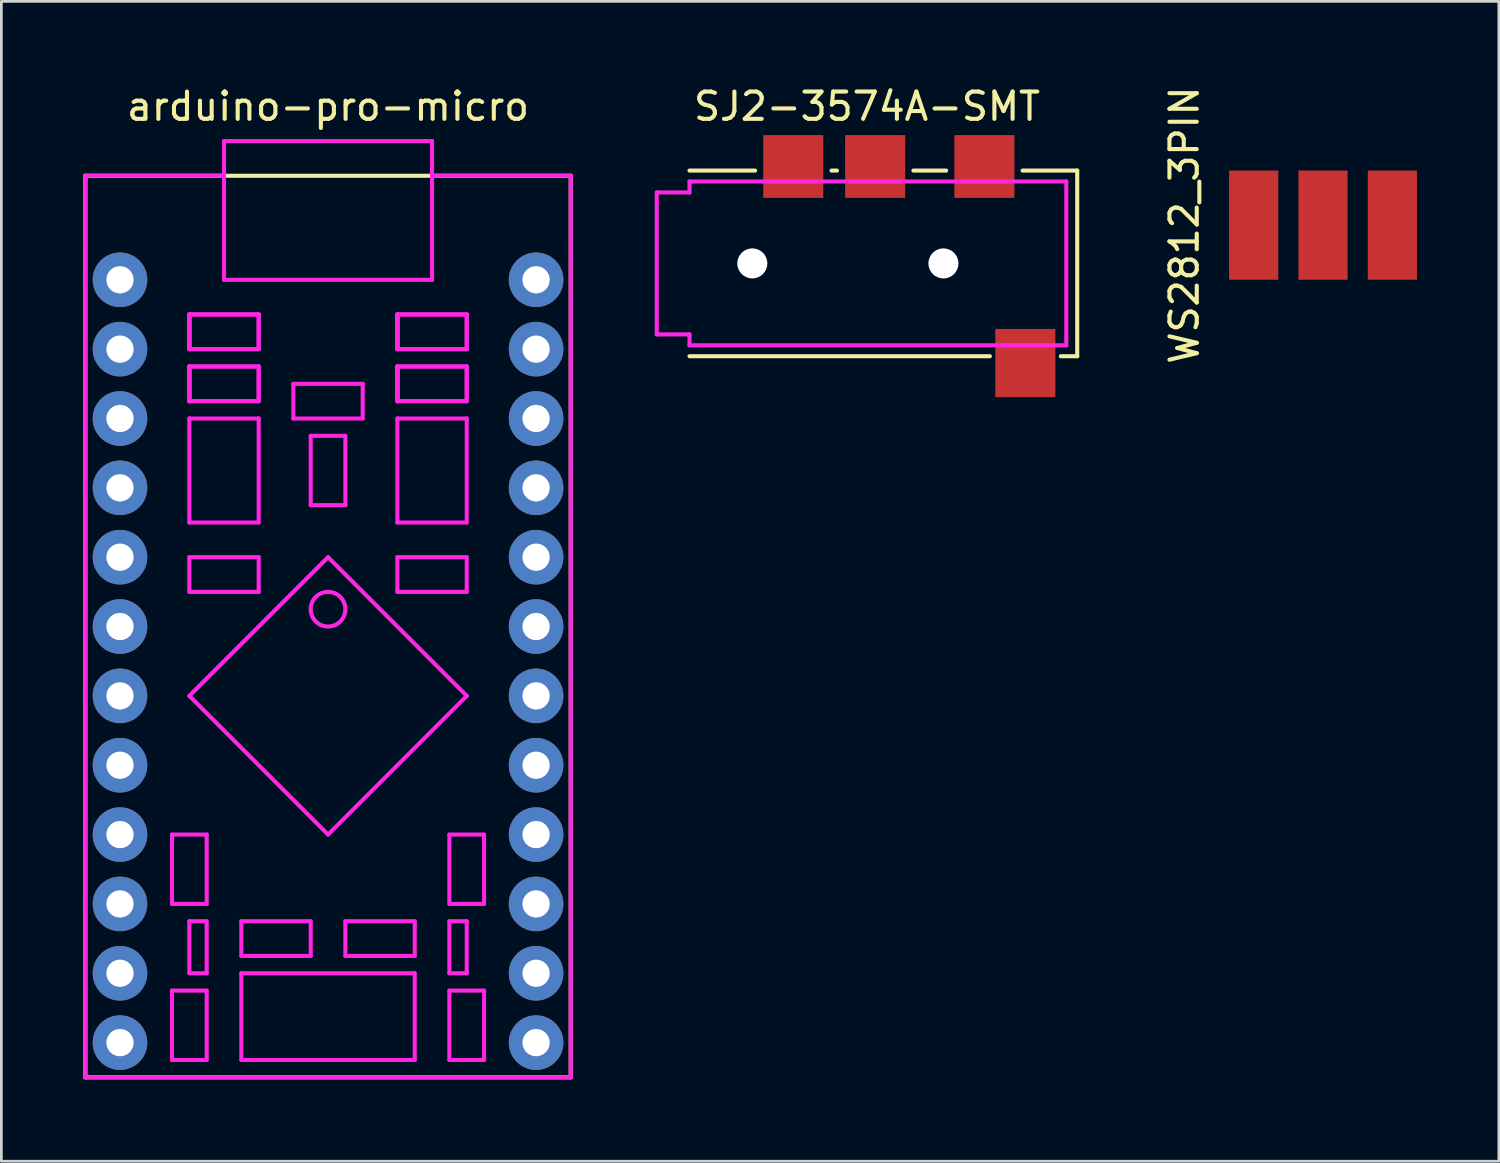
<source format=kicad_pcb>
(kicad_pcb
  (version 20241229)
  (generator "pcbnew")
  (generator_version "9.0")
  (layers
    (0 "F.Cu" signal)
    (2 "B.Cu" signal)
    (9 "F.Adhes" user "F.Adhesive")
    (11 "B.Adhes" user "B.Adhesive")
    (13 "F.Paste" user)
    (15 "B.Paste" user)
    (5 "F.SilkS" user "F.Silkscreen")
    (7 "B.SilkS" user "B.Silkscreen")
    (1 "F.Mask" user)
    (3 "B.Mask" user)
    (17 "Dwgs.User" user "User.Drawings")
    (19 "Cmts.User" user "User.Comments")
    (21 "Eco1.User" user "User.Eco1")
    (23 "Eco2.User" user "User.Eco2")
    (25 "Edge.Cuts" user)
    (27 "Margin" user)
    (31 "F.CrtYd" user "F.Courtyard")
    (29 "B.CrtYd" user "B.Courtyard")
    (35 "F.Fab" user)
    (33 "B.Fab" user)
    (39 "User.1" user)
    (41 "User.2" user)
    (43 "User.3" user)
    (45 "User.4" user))
  (footprint "arduino-pro-micro"
    (layer "F.Cu")
    (at 1.345 7.198)
    (property "Reference" "arduino-pro-micro" (at 7.62 -6.35 0) (layer "F.SilkS") (effects (font (size 1 1) (thickness 0.15))))
    (attr through_hole)
    (fp_line (start -1.27 -3.81) (end -1.27 29.21) (stroke (width 0.15) (type solid)) (layer "F.SilkS"))
    (fp_line (start -1.27 29.21) (end 16.51 29.21) (stroke (width 0.15) (type solid)) (layer "F.SilkS"))
    (fp_line (start 16.51 -3.81) (end -1.27 -3.81) (stroke (width 0.15) (type solid)) (layer "F.SilkS"))
    (fp_line (start 16.51 29.21) (end 16.51 -3.81) (stroke (width 0.15) (type solid)) (layer "F.SilkS"))
    (fp_line (start -1.27 -3.81) (end 3.81 -3.81) (stroke (width 0.15) (type solid)) (layer "F.CrtYd"))
    (fp_line (start -1.27 -1.27) (end -1.27 -3.81) (stroke (width 0.15) (type solid)) (layer "F.CrtYd"))
    (fp_line (start -1.27 29.21) (end -1.27 -1.27) (stroke (width 0.15) (type solid)) (layer "F.CrtYd"))
    (fp_line (start 1.905 20.32) (end 3.175 20.32) (stroke (width 0.15) (type solid)) (layer "F.CrtYd"))
    (fp_line (start 1.905 22.86) (end 1.905 20.32) (stroke (width 0.15) (type solid)) (layer "F.CrtYd"))
    (fp_line (start 1.905 26.035) (end 3.175 26.035) (stroke (width 0.15) (type solid)) (layer "F.CrtYd"))
    (fp_line (start 1.905 28.575) (end 1.905 26.035) (stroke (width 0.15) (type solid)) (layer "F.CrtYd"))
    (fp_line (start 2.54 1.27) (end 2.54 2.54) (stroke (width 0.15) (type solid)) (layer "F.CrtYd"))
    (fp_line (start 2.54 1.27) (end 2.54 2.54) (stroke (width 0.15) (type solid)) (layer "F.CrtYd"))
    (fp_line (start 2.54 2.54) (end 2.54 1.27) (stroke (width 0.15) (type solid)) (layer "F.CrtYd"))
    (fp_line (start 2.54 2.54) (end 2.54 1.27) (stroke (width 0.15) (type solid)) (layer "F.CrtYd"))
    (fp_line (start 2.54 2.54) (end 5.08 2.54) (stroke (width 0.15) (type solid)) (layer "F.CrtYd"))
    (fp_line (start 2.54 2.54) (end 5.08 2.54) (stroke (width 0.15) (type solid)) (layer "F.CrtYd"))
    (fp_line (start 2.54 3.175) (end 2.54 4.445) (stroke (width 0.15) (type solid)) (layer "F.CrtYd"))
    (fp_line (start 2.54 3.175) (end 2.54 4.445) (stroke (width 0.15) (type solid)) (layer "F.CrtYd"))
    (fp_line (start 2.54 4.445) (end 2.54 3.175) (stroke (width 0.15) (type solid)) (layer "F.CrtYd"))
    (fp_line (start 2.54 4.445) (end 2.54 3.175) (stroke (width 0.15) (type solid)) (layer "F.CrtYd"))
    (fp_line (start 2.54 4.445) (end 5.08 4.445) (stroke (width 0.15) (type solid)) (layer "F.CrtYd"))
    (fp_line (start 2.54 4.445) (end 5.08 4.445) (stroke (width 0.15) (type solid)) (layer "F.CrtYd"))
    (fp_line (start 2.54 5.08) (end 2.54 8.89) (stroke (width 0.15) (type solid)) (layer "F.CrtYd"))
    (fp_line (start 2.54 8.89) (end 5.08 8.89) (stroke (width 0.15) (type solid)) (layer "F.CrtYd"))
    (fp_line (start 2.54 10.16) (end 2.54 11.43) (stroke (width 0.15) (type solid)) (layer "F.CrtYd"))
    (fp_line (start 2.54 11.43) (end 5.08 11.43) (stroke (width 0.15) (type solid)) (layer "F.CrtYd"))
    (fp_line (start 2.54 15.24) (end 7.62 10.16) (stroke (width 0.15) (type solid)) (layer "F.CrtYd"))
    (fp_line (start 2.54 23.495) (end 3.175 23.495) (stroke (width 0.15) (type solid)) (layer "F.CrtYd"))
    (fp_line (start 2.54 25.4) (end 2.54 23.495) (stroke (width 0.15) (type solid)) (layer "F.CrtYd"))
    (fp_line (start 3.175 20.32) (end 3.175 22.86) (stroke (width 0.15) (type solid)) (layer "F.CrtYd"))
    (fp_line (start 3.175 22.86) (end 1.905 22.86) (stroke (width 0.15) (type solid)) (layer "F.CrtYd"))
    (fp_line (start 3.175 23.495) (end 3.175 25.4) (stroke (width 0.15) (type solid)) (layer "F.CrtYd"))
    (fp_line (start 3.175 25.4) (end 2.54 25.4) (stroke (width 0.15) (type solid)) (layer "F.CrtYd"))
    (fp_line (start 3.175 26.035) (end 3.175 28.575) (stroke (width 0.15) (type solid)) (layer "F.CrtYd"))
    (fp_line (start 3.175 28.575) (end 1.905 28.575) (stroke (width 0.15) (type solid)) (layer "F.CrtYd"))
    (fp_line (start 3.81 -5.08) (end 3.81 -3.81) (stroke (width 0.15) (type solid)) (layer "F.CrtYd"))
    (fp_line (start 3.81 -3.81) (end 3.81 0) (stroke (width 0.15) (type solid)) (layer "F.CrtYd"))
    (fp_line (start 3.81 0) (end 11.43 0) (stroke (width 0.15) (type solid)) (layer "F.CrtYd"))
    (fp_line (start 4.445 23.495) (end 4.445 24.765) (stroke (width 0.15) (type solid)) (layer "F.CrtYd"))
    (fp_line (start 4.445 24.765) (end 6.985 24.765) (stroke (width 0.15) (type solid)) (layer "F.CrtYd"))
    (fp_line (start 4.445 25.4) (end 4.445 28.575) (stroke (width 0.15) (type solid)) (layer "F.CrtYd"))
    (fp_line (start 4.445 28.575) (end 10.795 28.575) (stroke (width 0.15) (type solid)) (layer "F.CrtYd"))
    (fp_line (start 5.08 1.27) (end 2.54 1.27) (stroke (width 0.15) (type solid)) (layer "F.CrtYd"))
    (fp_line (start 5.08 1.27) (end 2.54 1.27) (stroke (width 0.15) (type solid)) (layer "F.CrtYd"))
    (fp_line (start 5.08 2.54) (end 5.08 1.27) (stroke (width 0.15) (type solid)) (layer "F.CrtYd"))
    (fp_line (start 5.08 2.54) (end 5.08 1.27) (stroke (width 0.15) (type solid)) (layer "F.CrtYd"))
    (fp_line (start 5.08 3.175) (end 2.54 3.175) (stroke (width 0.15) (type solid)) (layer "F.CrtYd"))
    (fp_line (start 5.08 3.175) (end 2.54 3.175) (stroke (width 0.15) (type solid)) (layer "F.CrtYd"))
    (fp_line (start 5.08 4.445) (end 5.08 3.175) (stroke (width 0.15) (type solid)) (layer "F.CrtYd"))
    (fp_line (start 5.08 4.445) (end 5.08 3.175) (stroke (width 0.15) (type solid)) (layer "F.CrtYd"))
    (fp_line (start 5.08 5.08) (end 2.54 5.08) (stroke (width 0.15) (type solid)) (layer "F.CrtYd"))
    (fp_line (start 5.08 8.89) (end 5.08 5.08) (stroke (width 0.15) (type solid)) (layer "F.CrtYd"))
    (fp_line (start 5.08 10.16) (end 2.54 10.16) (stroke (width 0.15) (type solid)) (layer "F.CrtYd"))
    (fp_line (start 5.08 11.43) (end 5.08 10.16) (stroke (width 0.15) (type solid)) (layer "F.CrtYd"))
    (fp_line (start 6.35 3.81) (end 6.35 5.08) (stroke (width 0.15) (type solid)) (layer "F.CrtYd"))
    (fp_line (start 6.35 5.08) (end 8.89 5.08) (stroke (width 0.15) (type solid)) (layer "F.CrtYd"))
    (fp_line (start 6.985 5.715) (end 8.255 5.715) (stroke (width 0.15) (type solid)) (layer "F.CrtYd"))
    (fp_line (start 6.985 8.255) (end 6.985 5.715) (stroke (width 0.15) (type solid)) (layer "F.CrtYd"))
    (fp_line (start 6.985 23.495) (end 4.445 23.495) (stroke (width 0.15) (type solid)) (layer "F.CrtYd"))
    (fp_line (start 6.985 24.765) (end 6.985 23.495) (stroke (width 0.15) (type solid)) (layer "F.CrtYd"))
    (fp_line (start 7.62 10.16) (end 12.7 15.24) (stroke (width 0.15) (type solid)) (layer "F.CrtYd"))
    (fp_line (start 7.62 20.32) (end 2.54 15.24) (stroke (width 0.15) (type solid)) (layer "F.CrtYd"))
    (fp_line (start 8.255 5.715) (end 8.255 8.255) (stroke (width 0.15) (type solid)) (layer "F.CrtYd"))
    (fp_line (start 8.255 8.255) (end 6.985 8.255) (stroke (width 0.15) (type solid)) (layer "F.CrtYd"))
    (fp_line (start 8.255 23.495) (end 10.795 23.495) (stroke (width 0.15) (type solid)) (layer "F.CrtYd"))
    (fp_line (start 8.255 24.765) (end 8.255 23.495) (stroke (width 0.15) (type solid)) (layer "F.CrtYd"))
    (fp_line (start 8.89 3.81) (end 6.35 3.81) (stroke (width 0.15) (type solid)) (layer "F.CrtYd"))
    (fp_line (start 8.89 5.08) (end 8.89 3.81) (stroke (width 0.15) (type solid)) (layer "F.CrtYd"))
    (fp_line (start 10.16 1.27) (end 10.16 2.54) (stroke (width 0.15) (type solid)) (layer "F.CrtYd"))
    (fp_line (start 10.16 1.27) (end 10.16 2.54) (stroke (width 0.15) (type solid)) (layer "F.CrtYd"))
    (fp_line (start 10.16 2.54) (end 10.16 1.27) (stroke (width 0.15) (type solid)) (layer "F.CrtYd"))
    (fp_line (start 10.16 2.54) (end 10.16 1.27) (stroke (width 0.15) (type solid)) (layer "F.CrtYd"))
    (fp_line (start 10.16 2.54) (end 12.7 2.54) (stroke (width 0.15) (type solid)) (layer "F.CrtYd"))
    (fp_line (start 10.16 2.54) (end 12.7 2.54) (stroke (width 0.15) (type solid)) (layer "F.CrtYd"))
    (fp_line (start 10.16 3.175) (end 10.16 4.445) (stroke (width 0.15) (type solid)) (layer "F.CrtYd"))
    (fp_line (start 10.16 3.175) (end 10.16 4.445) (stroke (width 0.15) (type solid)) (layer "F.CrtYd"))
    (fp_line (start 10.16 4.445) (end 10.16 3.175) (stroke (width 0.15) (type solid)) (layer "F.CrtYd"))
    (fp_line (start 10.16 4.445) (end 10.16 3.175) (stroke (width 0.15) (type solid)) (layer "F.CrtYd"))
    (fp_line (start 10.16 4.445) (end 12.7 4.445) (stroke (width 0.15) (type solid)) (layer "F.CrtYd"))
    (fp_line (start 10.16 4.445) (end 12.7 4.445) (stroke (width 0.15) (type solid)) (layer "F.CrtYd"))
    (fp_line (start 10.16 5.08) (end 12.7 5.08) (stroke (width 0.15) (type solid)) (layer "F.CrtYd"))
    (fp_line (start 10.16 8.89) (end 10.16 5.08) (stroke (width 0.15) (type solid)) (layer "F.CrtYd"))
    (fp_line (start 10.16 10.16) (end 10.16 11.43) (stroke (width 0.15) (type solid)) (layer "F.CrtYd"))
    (fp_line (start 10.16 11.43) (end 12.7 11.43) (stroke (width 0.15) (type solid)) (layer "F.CrtYd"))
    (fp_line (start 10.795 23.495) (end 10.795 24.765) (stroke (width 0.15) (type solid)) (layer "F.CrtYd"))
    (fp_line (start 10.795 24.765) (end 8.255 24.765) (stroke (width 0.15) (type solid)) (layer "F.CrtYd"))
    (fp_line (start 10.795 25.4) (end 4.445 25.4) (stroke (width 0.15) (type solid)) (layer "F.CrtYd"))
    (fp_line (start 10.795 28.575) (end 10.795 25.4) (stroke (width 0.15) (type solid)) (layer "F.CrtYd"))
    (fp_line (start 11.43 -5.08) (end 3.81 -5.08) (stroke (width 0.15) (type solid)) (layer "F.CrtYd"))
    (fp_line (start 11.43 -5.08) (end 11.43 -3.81) (stroke (width 0.15) (type solid)) (layer "F.CrtYd"))
    (fp_line (start 11.43 -3.81) (end 16.51 -3.81) (stroke (width 0.15) (type solid)) (layer "F.CrtYd"))
    (fp_line (start 11.43 0) (end 11.43 -3.81) (stroke (width 0.15) (type solid)) (layer "F.CrtYd"))
    (fp_line (start 12.065 20.32) (end 12.065 22.86) (stroke (width 0.15) (type solid)) (layer "F.CrtYd"))
    (fp_line (start 12.065 22.86) (end 13.335 22.86) (stroke (width 0.15) (type solid)) (layer "F.CrtYd"))
    (fp_line (start 12.065 23.495) (end 12.7 23.495) (stroke (width 0.15) (type solid)) (layer "F.CrtYd"))
    (fp_line (start 12.065 25.4) (end 12.065 23.495) (stroke (width 0.15) (type solid)) (layer "F.CrtYd"))
    (fp_line (start 12.065 26.035) (end 13.335 26.035) (stroke (width 0.15) (type solid)) (layer "F.CrtYd"))
    (fp_line (start 12.065 28.575) (end 12.065 26.035) (stroke (width 0.15) (type solid)) (layer "F.CrtYd"))
    (fp_line (start 12.7 1.27) (end 10.16 1.27) (stroke (width 0.15) (type solid)) (layer "F.CrtYd"))
    (fp_line (start 12.7 1.27) (end 10.16 1.27) (stroke (width 0.15) (type solid)) (layer "F.CrtYd"))
    (fp_line (start 12.7 2.54) (end 12.7 1.27) (stroke (width 0.15) (type solid)) (layer "F.CrtYd"))
    (fp_line (start 12.7 2.54) (end 12.7 1.27) (stroke (width 0.15) (type solid)) (layer "F.CrtYd"))
    (fp_line (start 12.7 3.175) (end 10.16 3.175) (stroke (width 0.15) (type solid)) (layer "F.CrtYd"))
    (fp_line (start 12.7 3.175) (end 10.16 3.175) (stroke (width 0.15) (type solid)) (layer "F.CrtYd"))
    (fp_line (start 12.7 4.445) (end 12.7 3.175) (stroke (width 0.15) (type solid)) (layer "F.CrtYd"))
    (fp_line (start 12.7 4.445) (end 12.7 3.175) (stroke (width 0.15) (type solid)) (layer "F.CrtYd"))
    (fp_line (start 12.7 5.08) (end 12.7 8.89) (stroke (width 0.15) (type solid)) (layer "F.CrtYd"))
    (fp_line (start 12.7 8.89) (end 10.16 8.89) (stroke (width 0.15) (type solid)) (layer "F.CrtYd"))
    (fp_line (start 12.7 10.16) (end 10.16 10.16) (stroke (width 0.15) (type solid)) (layer "F.CrtYd"))
    (fp_line (start 12.7 11.43) (end 12.7 10.16) (stroke (width 0.15) (type solid)) (layer "F.CrtYd"))
    (fp_line (start 12.7 15.24) (end 7.62 20.32) (stroke (width 0.15) (type solid)) (layer "F.CrtYd"))
    (fp_line (start 12.7 23.495) (end 12.7 25.4) (stroke (width 0.15) (type solid)) (layer "F.CrtYd"))
    (fp_line (start 12.7 25.4) (end 12.065 25.4) (stroke (width 0.15) (type solid)) (layer "F.CrtYd"))
    (fp_line (start 13.335 20.32) (end 12.065 20.32) (stroke (width 0.15) (type solid)) (layer "F.CrtYd"))
    (fp_line (start 13.335 22.86) (end 13.335 20.32) (stroke (width 0.15) (type solid)) (layer "F.CrtYd"))
    (fp_line (start 13.335 26.035) (end 13.335 28.575) (stroke (width 0.15) (type solid)) (layer "F.CrtYd"))
    (fp_line (start 13.335 28.575) (end 12.065 28.575) (stroke (width 0.15) (type solid)) (layer "F.CrtYd"))
    (fp_line (start 16.51 -3.81) (end 16.51 -1.27) (stroke (width 0.15) (type solid)) (layer "F.CrtYd"))
    (fp_line (start 16.51 -1.27) (end 16.51 29.21) (stroke (width 0.15) (type solid)) (layer "F.CrtYd"))
    (fp_line (start 16.51 29.21) (end -1.27 29.21) (stroke (width 0.15) (type solid)) (layer "F.CrtYd"))
    (fp_circle (center 7.62 12.065) (end 7.62 12.7) (stroke (width 0.15) (type solid)) (fill no) (layer "F.CrtYd"))
    (pad "1" thru_hole circle (at 0 0) (size 2 2) (drill 1) (layers "*.Cu" "*.Mask"))
    (pad "2" thru_hole circle (at 0 2.54) (size 2 2) (drill 1) (layers "*.Cu" "*.Mask"))
    (pad "3" thru_hole circle (at 0 5.08) (size 2 2) (drill 1) (layers "*.Cu" "*.Mask"))
    (pad "4" thru_hole circle (at 0 7.62) (size 2 2) (drill 1) (layers "*.Cu" "*.Mask"))
    (pad "5" thru_hole circle (at 0 10.16) (size 2 2) (drill 1) (layers "*.Cu" "*.Mask"))
    (pad "6" thru_hole circle (at 0 12.7) (size 2 2) (drill 1) (layers "*.Cu" "*.Mask"))
    (pad "7" thru_hole circle (at 0 15.24) (size 2 2) (drill 1) (layers "*.Cu" "*.Mask"))
    (pad "8" thru_hole circle (at 0 17.78) (size 2 2) (drill 1) (layers "*.Cu" "*.Mask"))
    (pad "9" thru_hole circle (at 0 20.32) (size 2 2) (drill 1) (layers "*.Cu" "*.Mask"))
    (pad "10" thru_hole circle (at 0 22.86) (size 2 2) (drill 1) (layers "*.Cu" "*.Mask"))
    (pad "11" thru_hole circle (at 0 25.4) (size 2 2) (drill 1) (layers "*.Cu" "*.Mask"))
    (pad "12" thru_hole circle (at 0 27.94) (size 2 2) (drill 1) (layers "*.Cu" "*.Mask"))
    (pad "13" thru_hole circle (at 15.24 27.94) (size 2 2) (drill 1) (layers "*.Cu" "*.Mask"))
    (pad "14" thru_hole circle (at 15.24 25.4) (size 2 2) (drill 1) (layers "*.Cu" "*.Mask"))
    (pad "15" thru_hole circle (at 15.24 22.86) (size 2 2) (drill 1) (layers "*.Cu" "*.Mask"))
    (pad "16" thru_hole circle (at 15.24 20.32) (size 2 2) (drill 1) (layers "*.Cu" "*.Mask"))
    (pad "17" thru_hole circle (at 15.24 17.78) (size 2 2) (drill 1) (layers "*.Cu" "*.Mask"))
    (pad "18" thru_hole circle (at 15.24 15.24) (size 2 2) (drill 1) (layers "*.Cu" "*.Mask"))
    (pad "19" thru_hole circle (at 15.24 12.7) (size 2 2) (drill 1) (layers "*.Cu" "*.Mask"))
    (pad "20" thru_hole circle (at 15.24 10.16) (size 2 2) (drill 1) (layers "*.Cu" "*.Mask"))
    (pad "21" thru_hole circle (at 15.24 7.62) (size 2 2) (drill 1) (layers "*.Cu" "*.Mask"))
    (pad "22" thru_hole circle (at 15.24 5.08) (size 2 2) (drill 1) (layers "*.Cu" "*.Mask"))
    (pad "23" thru_hole circle (at 15.24 2.54) (size 2 2) (drill 1) (layers "*.Cu" "*.Mask"))
    (pad "24" thru_hole circle (at 15.24 0) (size 2 2) (drill 1) (layers "*.Cu" "*.Mask")))
  (footprint "SJ2-3574A-SMT"
    (layer "F.Cu")
    (at 28.005 6.598)
    (property "Reference" "SJ2-3574A-SMT" (at 0.7 -5.75 0) (layer "F.SilkS") (effects (font (size 1 1) (thickness 0.15))))
    (attr through_hole)
    (fp_line (start -3.4 -3.4) (end -5.8 -3.4) (stroke (width 0.15) (type solid)) (layer "F.SilkS"))
    (fp_line (start -0.6 -3.4) (end -0.4 -3.4) (stroke (width 0.15) (type solid)) (layer "F.SilkS"))
    (fp_line (start 3.6 -3.4) (end 2.4 -3.4) (stroke (width 0.15) (type solid)) (layer "F.SilkS"))
    (fp_line (start 5.2 3.4) (end -5.8 3.4) (stroke (width 0.15) (type solid)) (layer "F.SilkS"))
    (fp_line (start 6.4 -3.4) (end 8.4 -3.4) (stroke (width 0.15) (type solid)) (layer "F.SilkS"))
    (fp_line (start 8.4 -3.4) (end 8.4 3.4) (stroke (width 0.15) (type solid)) (layer "F.SilkS"))
    (fp_line (start 8.4 3.4) (end 7.8 3.4) (stroke (width 0.15) (type solid)) (layer "F.SilkS"))
    (fp_line (start -7 -2.6) (end -7 2.6) (stroke (width 0.15) (type solid)) (layer "F.CrtYd"))
    (fp_line (start -7 2.6) (end -5.8 2.6) (stroke (width 0.15) (type solid)) (layer "F.CrtYd"))
    (fp_line (start -5.8 -3) (end 8 -3) (stroke (width 0.15) (type solid)) (layer "F.CrtYd"))
    (fp_line (start -5.8 -2.6) (end -7 -2.6) (stroke (width 0.15) (type solid)) (layer "F.CrtYd"))
    (fp_line (start -5.8 -2.6) (end -5.8 -3) (stroke (width 0.15) (type solid)) (layer "F.CrtYd"))
    (fp_line (start -5.8 2.6) (end -5.8 3) (stroke (width 0.15) (type solid)) (layer "F.CrtYd"))
    (fp_line (start 8 -3) (end 8 3) (stroke (width 0.15) (type solid)) (layer "F.CrtYd"))
    (fp_line (start 8 3) (end -5.8 3) (stroke (width 0.15) (type solid)) (layer "F.CrtYd"))
    (pad "" np_thru_hole circle (at -3.5 0) (size 1.1 1.1) (drill 1.1) (layers "*.Cu"))
    (pad "" np_thru_hole circle (at 3.5 0) (size 1.1 1.1) (drill 1.1) (layers "*.Cu"))
    (pad "1" smd rect (at 6.5 3.65) (size 2.2 2.5) (layers "F.Cu" "F.Mask" "F.Paste"))
    (pad "2" smd rect (at 5 -3.55) (size 2.2 2.3) (layers "F.Cu" "F.Mask" "F.Paste"))
    (pad "3" smd rect (at 1 -3.55) (size 2.2 2.3) (layers "F.Cu" "F.Mask" "F.Paste"))
    (pad "4" smd rect (at -2 -3.55) (size 2.2 2.3) (layers "F.Cu" "F.Mask" "F.Paste")))
  (footprint "WS2812_3PIN"
    (layer "F.Cu")
    (at 45.408 5.196)
    (property "Reference" "WS2812_3PIN" (at -5.08 0 90) (layer "F.SilkS") (effects (font (size 1 1) (thickness 0.15))))
    (attr through_hole)
    (pad "1" smd rect (at -2.54 0) (size 1.8 4) (layers "F.Cu" "F.Mask" "F.Paste"))
    (pad "2" smd rect (at 0 0) (size 1.8 4) (layers "F.Cu" "F.Mask" "F.Paste"))
    (pad "3" smd rect (at 2.54 0) (size 1.8 4) (layers "F.Cu" "F.Mask" "F.Paste")))
  (gr_rect
    (start -3 -3)
    (end 51.848 39.483)
    (stroke (width 0.1) (type default))
    (fill no)
    (layer "Edge.Cuts")))
</source>
